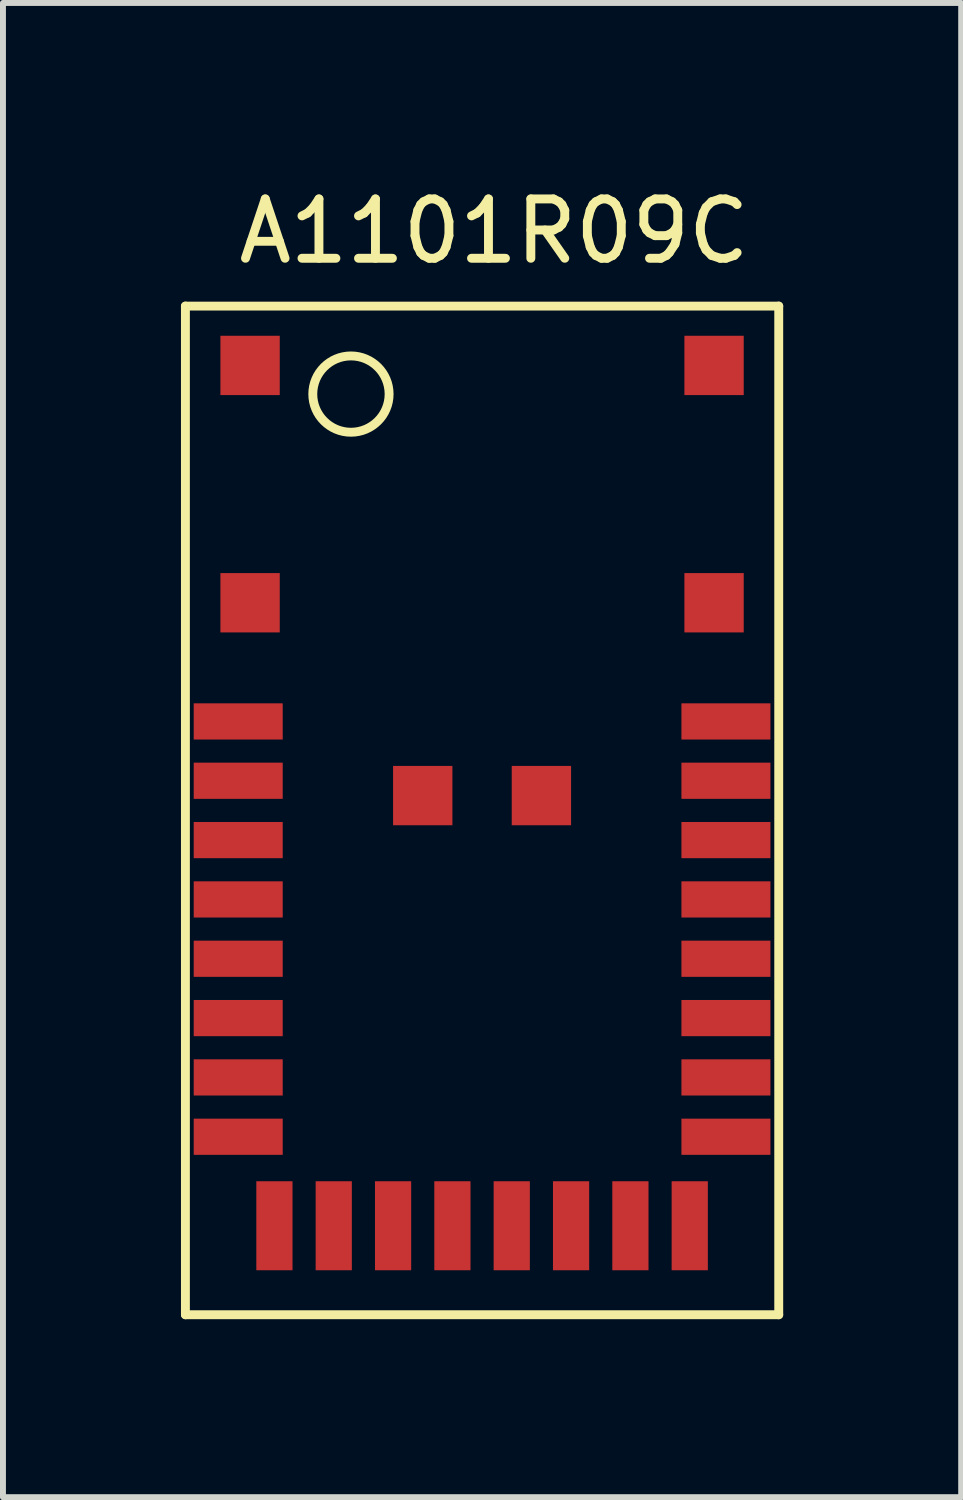
<source format=kicad_pcb>
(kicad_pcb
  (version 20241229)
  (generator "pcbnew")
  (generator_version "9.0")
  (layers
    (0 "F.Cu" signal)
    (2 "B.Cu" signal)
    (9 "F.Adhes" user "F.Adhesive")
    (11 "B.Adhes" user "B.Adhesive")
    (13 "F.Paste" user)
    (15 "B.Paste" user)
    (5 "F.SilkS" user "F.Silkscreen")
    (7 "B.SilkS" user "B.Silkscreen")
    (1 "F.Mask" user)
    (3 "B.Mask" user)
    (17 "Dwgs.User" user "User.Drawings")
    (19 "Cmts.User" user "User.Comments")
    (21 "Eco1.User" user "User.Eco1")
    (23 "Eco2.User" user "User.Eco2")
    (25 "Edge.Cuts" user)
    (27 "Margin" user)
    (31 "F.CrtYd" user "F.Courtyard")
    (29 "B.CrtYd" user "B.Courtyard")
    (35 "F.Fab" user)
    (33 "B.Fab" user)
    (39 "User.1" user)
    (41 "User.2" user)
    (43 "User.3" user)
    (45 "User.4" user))
  (footprint "A1101R09C"
    (layer "F.Cu")
    (at 5.075 3.109)
    (property "Reference" "A1101R09C" (at 0.203 -2.261 0) (layer "F.SilkS") (effects (font (size 1 1) (thickness 0.15))))
    (attr through_hole)
    (fp_line (start -5 -1) (end -5 16) (stroke (width 0.15) (type solid)) (layer "F.SilkS"))
    (fp_line (start -5 -1) (end 5 -1) (stroke (width 0.15) (type solid)) (layer "F.SilkS"))
    (fp_line (start -5 16) (end 5 16) (stroke (width 0.15) (type solid)) (layer "F.SilkS"))
    (fp_line (start 5 16) (end 5 -1) (stroke (width 0.15) (type solid)) (layer "F.SilkS"))
    (fp_circle (center -2.21 0.483) (end -1.575 0.381) (stroke (width 0.15) (type solid)) (fill no) (layer "F.SilkS"))
    (pad "" smd rect (at -3.91 0) (size 1 1) (layers "F.Cu" "F.Mask" "F.Paste"))
    (pad "" smd rect (at -3.91 4) (size 1 1) (layers "F.Cu" "F.Mask" "F.Paste"))
    (pad "" smd rect (at -1 7.25) (size 1 1) (layers "F.Cu" "F.Mask" "F.Paste"))
    (pad "" smd rect (at 1 7.25) (size 1 1) (layers "F.Cu" "F.Mask" "F.Paste"))
    (pad "" smd rect (at 3.91 0) (size 1 1) (layers "F.Cu" "F.Mask" "F.Paste"))
    (pad "" smd rect (at 3.91 4) (size 1 1) (layers "F.Cu" "F.Mask" "F.Paste"))
    (pad "1" smd rect (at -4.11 6) (size 1.5 0.61) (layers "F.Cu" "F.Mask" "F.Paste"))
    (pad "2" smd rect (at -4.11 7) (size 1.5 0.61) (layers "F.Cu" "F.Mask" "F.Paste"))
    (pad "3" smd rect (at -4.11 8) (size 1.5 0.61) (layers "F.Cu" "F.Mask" "F.Paste"))
    (pad "4" smd rect (at -4.11 9) (size 1.5 0.61) (layers "F.Cu" "F.Mask" "F.Paste"))
    (pad "5" smd rect (at -4.11 10) (size 1.5 0.61) (layers "F.Cu" "F.Mask" "F.Paste"))
    (pad "6" smd rect (at -4.11 11) (size 1.5 0.61) (layers "F.Cu" "F.Mask" "F.Paste"))
    (pad "7" smd rect (at -4.11 12) (size 1.5 0.61) (layers "F.Cu" "F.Mask" "F.Paste"))
    (pad "8" smd rect (at -4.11 13) (size 1.5 0.61) (layers "F.Cu" "F.Mask" "F.Paste"))
    (pad "9" smd rect (at -3.5 14.5) (size 0.61 1.5) (layers "F.Cu" "F.Mask" "F.Paste"))
    (pad "10" smd rect (at -2.5 14.5) (size 0.61 1.5) (layers "F.Cu" "F.Mask" "F.Paste"))
    (pad "11" smd rect (at -1.5 14.5) (size 0.61 1.5) (layers "F.Cu" "F.Mask" "F.Paste"))
    (pad "12" smd rect (at -0.5 14.5) (size 0.61 1.5) (layers "F.Cu" "F.Mask" "F.Paste"))
    (pad "13" smd rect (at 0.5 14.5) (size 0.61 1.5) (layers "F.Cu" "F.Mask" "F.Paste"))
    (pad "14" smd rect (at 1.5 14.5) (size 0.61 1.5) (layers "F.Cu" "F.Mask" "F.Paste"))
    (pad "15" smd rect (at 2.5 14.5) (size 0.61 1.5) (layers "F.Cu" "F.Mask" "F.Paste"))
    (pad "16" smd rect (at 3.5 14.5) (size 0.61 1.5) (layers "F.Cu" "F.Mask" "F.Paste"))
    (pad "17" smd rect (at 4.11 13) (size 1.5 0.61) (layers "F.Cu" "F.Mask" "F.Paste"))
    (pad "18" smd rect (at 4.11 12) (size 1.5 0.61) (layers "F.Cu" "F.Mask" "F.Paste"))
    (pad "19" smd rect (at 4.11 11) (size 1.5 0.61) (layers "F.Cu" "F.Mask" "F.Paste"))
    (pad "20" smd rect (at 4.11 10) (size 1.5 0.61) (layers "F.Cu" "F.Mask" "F.Paste"))
    (pad "21" smd rect (at 4.11 9) (size 1.5 0.61) (layers "F.Cu" "F.Mask" "F.Paste"))
    (pad "22" smd rect (at 4.11 8) (size 1.5 0.61) (layers "F.Cu" "F.Mask" "F.Paste"))
    (pad "23" smd rect (at 4.11 7) (size 1.5 0.61) (layers "F.Cu" "F.Mask" "F.Paste"))
    (pad "24" smd rect (at 4.11 6) (size 1.5 0.61) (layers "F.Cu" "F.Mask" "F.Paste")))
  (gr_rect
    (start -3 -3)
    (end 13.15 22.184)
    (stroke (width 0.1) (type default))
    (fill no)
    (layer "Edge.Cuts")))
</source>
